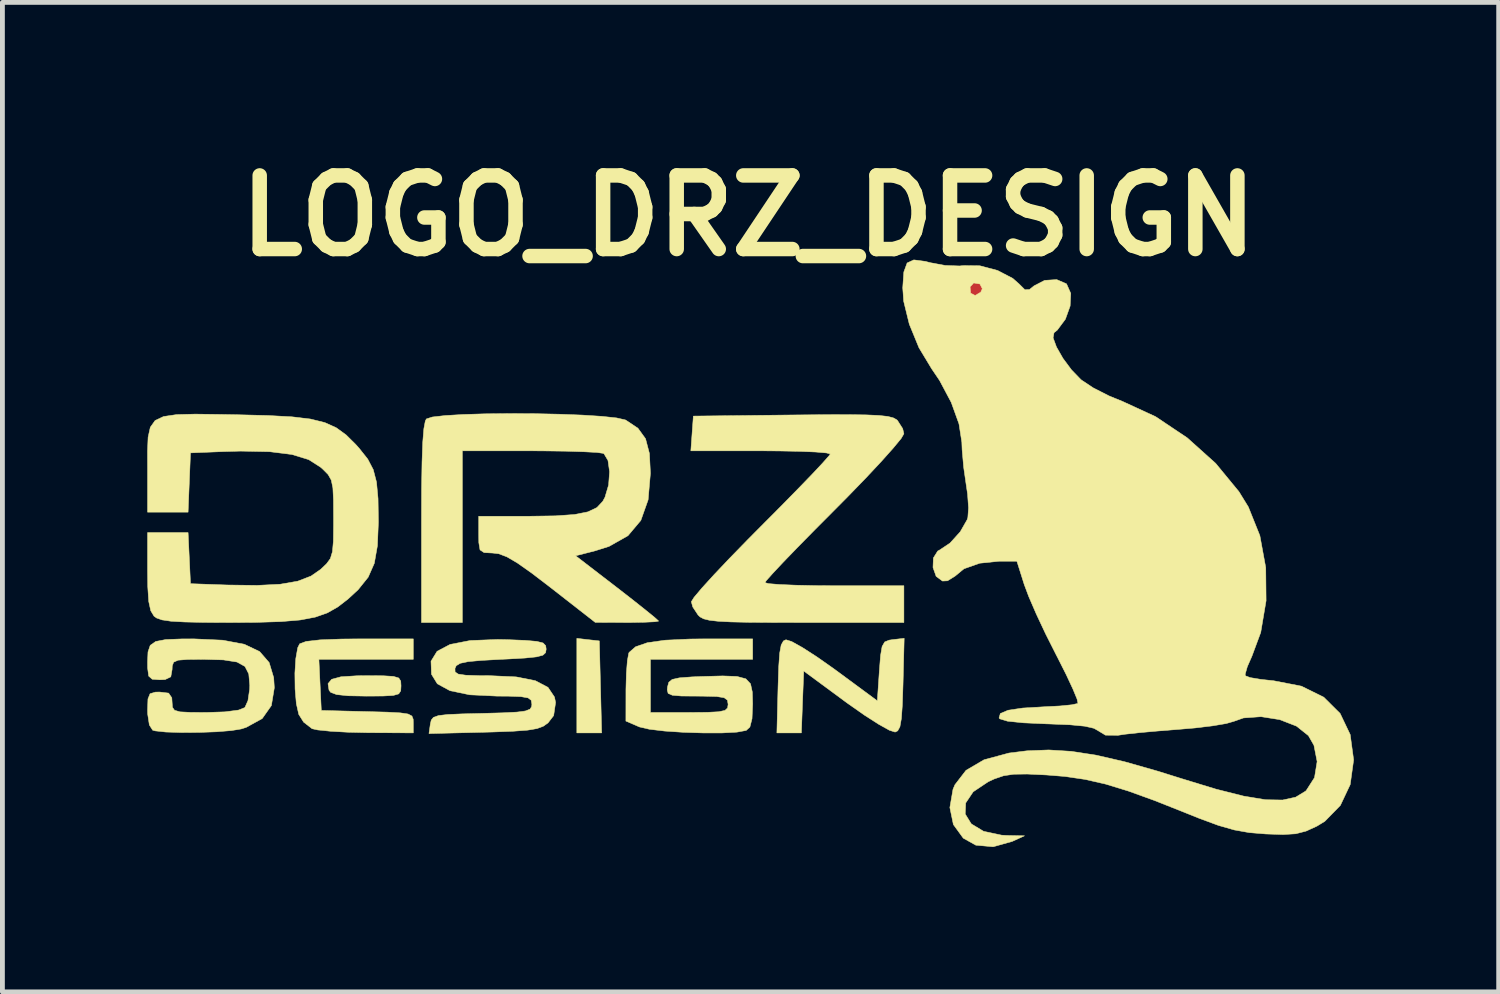
<source format=kicad_pcb>
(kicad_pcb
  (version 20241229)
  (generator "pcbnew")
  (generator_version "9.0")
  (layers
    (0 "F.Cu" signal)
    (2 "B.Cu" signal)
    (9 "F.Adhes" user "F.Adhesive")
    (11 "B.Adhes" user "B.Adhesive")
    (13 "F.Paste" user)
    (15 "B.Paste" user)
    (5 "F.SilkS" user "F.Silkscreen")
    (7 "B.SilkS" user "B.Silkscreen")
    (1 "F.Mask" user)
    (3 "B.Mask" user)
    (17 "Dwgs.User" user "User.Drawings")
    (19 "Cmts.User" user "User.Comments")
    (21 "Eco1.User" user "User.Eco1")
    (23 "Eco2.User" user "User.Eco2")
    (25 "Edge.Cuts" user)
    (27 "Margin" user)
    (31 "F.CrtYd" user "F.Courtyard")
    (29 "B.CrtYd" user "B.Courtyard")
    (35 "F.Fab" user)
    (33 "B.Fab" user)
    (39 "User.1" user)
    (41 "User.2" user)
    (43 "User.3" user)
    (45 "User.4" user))
  (footprint "LOGO_DRZ_DESIGN"
    (layer "F.Cu")
    (at 12.452 8.403)
    (property "Reference" "LOGO_DRZ_DESIGN" (at 0 -6.985 0) (layer "F.SilkS") (effects (font (size 1.524 1.524) (thickness 0.3))))
    (attr through_hole)
    (fp_poly (pts (xy -3.323 1.794) (xy -3.09 1.82) (xy -3.066 2.773) (xy -3.042 3.725) (xy -3.556 3.725) (xy -3.556 1.767) (xy -3.323 1.794)) (stroke (width 0.01) (type solid)) (fill yes) (layer "F.SilkS"))
    (fp_poly (pts (xy -7.564 2.542) (xy -7.353 2.555) (xy -7.244 2.588) (xy -7.203 2.651) (xy -7.197 2.752) (xy -7.203 2.854) (xy -7.245 2.917) (xy -7.356 2.949) (xy -7.57 2.961) (xy -7.919 2.963) (xy -7.919 2.963) (xy -8.295 2.956) (xy -8.531 2.931) (xy -8.655 2.884) (xy -8.688 2.84) (xy -8.709 2.705) (xy -8.634 2.615) (xy -8.442 2.563) (xy -8.111 2.542) (xy -7.911 2.54) (xy -7.564 2.542)) (stroke (width 0.01) (type solid)) (fill yes) (layer "F.SilkS"))
    (fp_poly (pts (xy -6.943 2.201) (xy -8.898 2.201) (xy -8.873 2.731) (xy -8.848 3.26) (xy -7.895 3.284) (xy -7.483 3.295) (xy -7.211 3.31) (xy -7.05 3.334) (xy -6.971 3.376) (xy -6.945 3.442) (xy -6.943 3.516) (xy -6.943 3.725) (xy -7.895 3.72) (xy -8.299 3.711) (xy -8.655 3.691) (xy -8.921 3.664) (xy -9.039 3.638) (xy -9.214 3.502) (xy -9.315 3.341) (xy -9.365 3.119) (xy -9.391 2.817) (xy -9.395 2.488) (xy -9.376 2.185) (xy -9.336 1.96) (xy -9.296 1.88) (xy -9.163 1.831) (xy -8.875 1.798) (xy -8.426 1.781) (xy -8.069 1.778) (xy -6.943 1.778) (xy -6.943 2.201)) (stroke (width 0.01) (type solid)) (fill yes) (layer "F.SilkS"))
    (fp_poly (pts (xy 3.199 2.724) (xy 3.185 3.147) (xy 3.165 3.428) (xy 3.135 3.597) (xy 3.089 3.682) (xy 3.035 3.708) (xy 2.917 3.67) (xy 2.696 3.547) (xy 2.401 3.358) (xy 2.063 3.121) (xy 2.019 3.089) (xy 1.143 2.443) (xy 1.118 3.084) (xy 1.094 3.725) (xy 0.587 3.725) (xy 0.611 2.774) (xy 0.625 2.352) (xy 0.645 2.072) (xy 0.676 1.904) (xy 0.722 1.821) (xy 0.775 1.796) (xy 0.893 1.833) (xy 1.114 1.956) (xy 1.409 2.146) (xy 1.747 2.383) (xy 1.791 2.415) (xy 2.667 3.061) (xy 2.709 2.441) (xy 2.734 2.122) (xy 2.766 1.935) (xy 2.82 1.841) (xy 2.912 1.804) (xy 2.987 1.793) (xy 3.223 1.766) (xy 3.199 2.724)) (stroke (width 0.01) (type solid)) (fill yes) (layer "F.SilkS"))
    (fp_poly (pts (xy 0.085 2.201) (xy -2.032 2.201) (xy -2.032 3.302) (xy -1.228 3.302) (xy -0.854 3.299) (xy -0.618 3.287) (xy -0.488 3.259) (xy -0.434 3.208) (xy -0.423 3.133) (xy -0.438 3.046) (xy -0.506 2.996) (xy -0.662 2.971) (xy -0.941 2.964) (xy -1.064 2.963) (xy -1.389 2.961) (xy -1.578 2.945) (xy -1.665 2.907) (xy -1.684 2.834) (xy -1.678 2.773) (xy -1.652 2.677) (xy -1.582 2.618) (xy -1.434 2.585) (xy -1.171 2.565) (xy -0.974 2.557) (xy -0.536 2.545) (xy -0.239 2.556) (xy -0.056 2.605) (xy 0.041 2.708) (xy 0.078 2.878) (xy 0.085 3.125) (xy 0.072 3.431) (xy 0.028 3.603) (xy -0.049 3.674) (xy -0.24 3.709) (xy -0.552 3.726) (xy -0.936 3.726) (xy -1.347 3.713) (xy -1.736 3.687) (xy -2.055 3.649) (xy -2.258 3.602) (xy -2.265 3.599) (xy -2.54 3.48) (xy -2.539 2.819) (xy -2.53 2.492) (xy -2.509 2.226) (xy -2.48 2.071) (xy -2.473 2.058) (xy -2.339 1.941) (xy -2.096 1.857) (xy -1.727 1.805) (xy -1.217 1.781) (xy -0.926 1.778) (xy 0.085 1.778) (xy 0.085 2.201)) (stroke (width 0.01) (type solid)) (fill yes) (layer "F.SilkS"))
    (fp_poly (pts (xy 2.434 -2.861) (xy 2.702 -2.849) (xy 2.884 -2.829) (xy 2.999 -2.799) (xy 3.069 -2.76) (xy 3.083 -2.747) (xy 3.192 -2.577) (xy 3.217 -2.47) (xy 3.16 -2.372) (xy 2.997 -2.174) (xy 2.747 -1.894) (xy 2.426 -1.551) (xy 2.05 -1.163) (xy 1.778 -0.889) (xy 1.376 -0.485) (xy 1.017 -0.12) (xy 0.718 0.19) (xy 0.496 0.427) (xy 0.366 0.573) (xy 0.339 0.613) (xy 0.419 0.634) (xy 0.641 0.652) (xy 0.977 0.666) (xy 1.4 0.675) (xy 1.778 0.677) (xy 3.217 0.677) (xy 3.217 1.439) (xy 1.156 1.439) (xy 0.508 1.438) (xy 0.009 1.435) (xy -0.364 1.427) (xy -0.63 1.413) (xy -0.812 1.392) (xy -0.929 1.363) (xy -1.004 1.323) (xy -1.045 1.284) (xy -1.155 1.117) (xy -1.185 1.008) (xy -1.128 0.917) (xy -0.966 0.725) (xy -0.716 0.45) (xy -0.395 0.111) (xy -0.019 -0.275) (xy 0.254 -0.55) (xy 0.656 -0.954) (xy 1.015 -1.32) (xy 1.314 -1.629) (xy 1.536 -1.866) (xy 1.666 -2.013) (xy 1.693 -2.052) (xy 1.613 -2.073) (xy 1.391 -2.092) (xy 1.055 -2.106) (xy 0.631 -2.114) (xy 0.249 -2.117) (xy -1.195 -2.117) (xy -1.169 -2.477) (xy -1.143 -2.836) (xy 0.903 -2.859) (xy 1.555 -2.865) (xy 2.059 -2.866) (xy 2.434 -2.861)) (stroke (width 0.01) (type solid)) (fill yes) (layer "F.SilkS"))
    (fp_poly (pts (xy -10.89 1.805) (xy -10.441 1.89) (xy -10.125 2.041) (xy -9.928 2.268) (xy -9.834 2.58) (xy -9.821 2.791) (xy -9.882 3.159) (xy -10.072 3.428) (xy -10.403 3.61) (xy -10.506 3.643) (xy -10.712 3.677) (xy -11.021 3.702) (xy -11.384 3.715) (xy -11.75 3.717) (xy -12.068 3.707) (xy -12.289 3.683) (xy -12.34 3.669) (xy -12.409 3.561) (xy -12.444 3.333) (xy -12.446 3.253) (xy -12.438 3.021) (xy -12.394 2.913) (xy -12.282 2.88) (xy -12.192 2.879) (xy -12.01 2.901) (xy -11.944 2.998) (xy -11.938 3.09) (xy -11.931 3.194) (xy -11.888 3.256) (xy -11.775 3.289) (xy -11.557 3.3) (xy -11.235 3.302) (xy -10.843 3.289) (xy -10.565 3.253) (xy -10.431 3.2) (xy -10.367 3.057) (xy -10.332 2.821) (xy -10.329 2.738) (xy -10.35 2.504) (xy -10.429 2.349) (xy -10.595 2.257) (xy -10.875 2.213) (xy -11.296 2.201) (xy -11.297 2.201) (xy -11.622 2.204) (xy -11.813 2.219) (xy -11.906 2.26) (xy -11.935 2.337) (xy -11.938 2.413) (xy -11.965 2.564) (xy -12.082 2.62) (xy -12.192 2.625) (xy -12.35 2.613) (xy -12.423 2.548) (xy -12.445 2.382) (xy -12.446 2.253) (xy -12.437 2.048) (xy -12.391 1.912) (xy -12.278 1.832) (xy -12.071 1.792) (xy -11.739 1.779) (xy -11.487 1.778) (xy -10.89 1.805)) (stroke (width 0.01) (type solid)) (fill yes) (layer "F.SilkS"))
    (fp_poly (pts (xy -4.995 1.794) (xy -4.621 1.809) (xy -4.385 1.83) (xy -4.255 1.863) (xy -4.201 1.918) (xy -4.191 1.99) (xy -4.203 2.064) (xy -4.26 2.116) (xy -4.39 2.15) (xy -4.623 2.174) (xy -4.987 2.195) (xy -5.121 2.201) (xy -5.536 2.224) (xy -5.81 2.249) (xy -5.973 2.284) (xy -6.054 2.334) (xy -6.08 2.392) (xy -6.077 2.463) (xy -6.013 2.507) (xy -5.858 2.53) (xy -5.582 2.539) (xy -5.361 2.54) (xy -4.813 2.565) (xy -4.415 2.644) (xy -4.154 2.781) (xy -4.019 2.982) (xy -3.996 3.095) (xy -4.036 3.366) (xy -4.153 3.518) (xy -4.249 3.586) (xy -4.379 3.635) (xy -4.575 3.668) (xy -4.867 3.69) (xy -5.287 3.706) (xy -5.476 3.711) (xy -6.618 3.739) (xy -6.59 3.542) (xy -6.571 3.459) (xy -6.525 3.403) (xy -6.421 3.366) (xy -6.233 3.344) (xy -5.929 3.331) (xy -5.524 3.321) (xy -5.09 3.309) (xy -4.797 3.294) (xy -4.618 3.27) (xy -4.525 3.233) (xy -4.491 3.178) (xy -4.487 3.13) (xy -4.501 3.049) (xy -4.565 3) (xy -4.712 2.974) (xy -4.975 2.964) (xy -5.21 2.963) (xy -5.773 2.936) (xy -6.183 2.851) (xy -6.445 2.708) (xy -6.566 2.511) (xy -6.576 2.24) (xy -6.45 2.035) (xy -6.181 1.893) (xy -5.765 1.812) (xy -5.196 1.79) (xy -4.995 1.794)) (stroke (width 0.01) (type solid)) (fill yes) (layer "F.SilkS"))
    (fp_poly (pts (xy -4.434 -2.886) (xy -3.92 -2.875) (xy -3.446 -2.857) (xy -3.039 -2.831) (xy -2.732 -2.798) (xy -2.552 -2.757) (xy -2.541 -2.752) (xy -2.29 -2.584) (xy -2.133 -2.367) (xy -2.053 -2.062) (xy -2.032 -1.653) (xy -2.08 -1.101) (xy -2.231 -0.675) (xy -2.497 -0.359) (xy -2.89 -0.137) (xy -3.181 -0.045) (xy -3.581 0.057) (xy -2.722 0.718) (xy -2.399 0.969) (xy -2.132 1.181) (xy -1.945 1.333) (xy -1.864 1.407) (xy -1.863 1.41) (xy -1.941 1.423) (xy -2.147 1.433) (xy -2.441 1.438) (xy -2.519 1.438) (xy -3.175 1.436) (xy -4.095 0.718) (xy -4.491 0.415) (xy -4.786 0.207) (xy -5.004 0.079) (xy -5.173 0.015) (xy -5.301 0) (xy -5.477 -0.009) (xy -5.561 -0.065) (xy -5.586 -0.216) (xy -5.588 -0.381) (xy -5.588 -0.762) (xy -4.534 -0.762) (xy -3.997 -0.77) (xy -3.603 -0.798) (xy -3.326 -0.853) (xy -3.14 -0.942) (xy -3.019 -1.071) (xy -2.973 -1.156) (xy -2.898 -1.41) (xy -2.878 -1.683) (xy -2.911 -1.917) (xy -2.993 -2.055) (xy -3.013 -2.065) (xy -3.139 -2.083) (xy -3.404 -2.097) (xy -3.774 -2.109) (xy -4.219 -2.115) (xy -4.537 -2.117) (xy -5.927 -2.117) (xy -5.927 1.439) (xy -6.773 1.439) (xy -6.773 -0.618) (xy -6.771 -1.33) (xy -6.762 -1.886) (xy -6.747 -2.296) (xy -6.724 -2.575) (xy -6.694 -2.734) (xy -6.672 -2.777) (xy -6.548 -2.817) (xy -6.285 -2.847) (xy -5.913 -2.869) (xy -5.46 -2.883) (xy -4.957 -2.888) (xy -4.434 -2.886)) (stroke (width 0.01) (type solid)) (fill yes) (layer "F.SilkS"))
    (fp_poly (pts (xy -10.933 -2.87) (xy -10.592 -2.864) (xy -9.953 -2.848) (xy -9.455 -2.821) (xy -9.072 -2.775) (xy -8.776 -2.702) (xy -8.539 -2.595) (xy -8.335 -2.447) (xy -8.135 -2.249) (xy -8.058 -2.162) (xy -7.886 -1.945) (xy -7.772 -1.727) (xy -7.705 -1.469) (xy -7.673 -1.126) (xy -7.666 -0.659) (xy -7.666 -0.635) (xy -7.686 -0.151) (xy -7.75 0.212) (xy -7.877 0.5) (xy -8.085 0.759) (xy -8.294 0.952) (xy -8.506 1.116) (xy -8.722 1.239) (xy -8.972 1.327) (xy -9.282 1.386) (xy -9.683 1.42) (xy -10.201 1.436) (xy -10.735 1.439) (xy -11.281 1.437) (xy -11.681 1.428) (xy -11.962 1.412) (xy -12.146 1.385) (xy -12.26 1.345) (xy -12.313 1.306) (xy -12.38 1.195) (xy -12.422 1.003) (xy -12.442 0.698) (xy -12.446 0.375) (xy -12.446 -0.423) (xy -11.607 -0.423) (xy -11.557 0.635) (xy -10.795 0.662) (xy -10.177 0.67) (xy -9.699 0.646) (xy -9.336 0.583) (xy -9.061 0.477) (xy -8.862 0.339) (xy -8.739 0.222) (xy -8.66 0.114) (xy -8.617 -0.028) (xy -8.598 -0.244) (xy -8.594 -0.574) (xy -8.594 -0.72) (xy -8.596 -1.098) (xy -8.608 -1.348) (xy -8.642 -1.511) (xy -8.707 -1.626) (xy -8.815 -1.735) (xy -8.862 -1.777) (xy -9.11 -1.935) (xy -9.457 -2.041) (xy -9.921 -2.099) (xy -10.52 -2.111) (xy -10.88 -2.101) (xy -11.557 -2.074) (xy -11.582 -1.46) (xy -11.607 -0.847) (xy -12.446 -0.847) (xy -12.446 -1.73) (xy -12.447 -2.111) (xy -12.435 -2.399) (xy -12.389 -2.605) (xy -12.29 -2.744) (xy -12.115 -2.827) (xy -11.845 -2.867) (xy -11.458 -2.877) (xy -10.933 -2.87)) (stroke (width 0.01) (type solid)) (fill yes) (layer "F.SilkS"))
    (fp_poly (pts (xy 3.66 -6.04) (xy 3.763 -6.013) (xy 4.07 -5.956) (xy 4.37 -5.945) (xy 4.448 -5.953) (xy 4.791 -5.949) (xy 5.157 -5.852) (xy 5.472 -5.688) (xy 5.6 -5.575) (xy 5.723 -5.453) (xy 5.818 -5.457) (xy 5.912 -5.533) (xy 6.132 -5.647) (xy 6.381 -5.663) (xy 6.58 -5.578) (xy 6.587 -5.571) (xy 6.673 -5.377) (xy 6.66 -5.116) (xy 6.562 -4.843) (xy 6.394 -4.617) (xy 6.326 -4.562) (xy 6.307 -4.457) (xy 6.377 -4.267) (xy 6.511 -4.032) (xy 6.687 -3.795) (xy 6.88 -3.595) (xy 6.898 -3.58) (xy 7.141 -3.419) (xy 7.468 -3.253) (xy 7.747 -3.139) (xy 8.429 -2.825) (xy 9.085 -2.386) (xy 9.674 -1.857) (xy 10.156 -1.271) (xy 10.351 -0.954) (xy 10.589 -0.361) (xy 10.711 0.303) (xy 10.718 0.988) (xy 10.607 1.645) (xy 10.425 2.135) (xy 10.329 2.354) (xy 10.285 2.509) (xy 10.288 2.542) (xy 10.385 2.579) (xy 10.603 2.616) (xy 10.874 2.645) (xy 11.45 2.757) (xy 11.912 2.985) (xy 12.251 3.322) (xy 12.46 3.76) (xy 12.531 4.284) (xy 12.46 4.795) (xy 12.256 5.227) (xy 11.933 5.557) (xy 11.769 5.657) (xy 11.545 5.759) (xy 11.332 5.814) (xy 11.07 5.83) (xy 10.71 5.818) (xy 10.37 5.79) (xy 10.061 5.735) (xy 9.731 5.641) (xy 9.328 5.492) (xy 9.074 5.39) (xy 8.41 5.126) (xy 7.862 4.928) (xy 7.394 4.785) (xy 6.969 4.688) (xy 6.553 4.627) (xy 6.168 4.596) (xy 5.771 4.577) (xy 5.492 4.581) (xy 5.283 4.612) (xy 5.092 4.677) (xy 4.962 4.737) (xy 4.652 4.945) (xy 4.497 5.176) (xy 4.487 5.405) (xy 4.613 5.609) (xy 4.868 5.763) (xy 5.243 5.843) (xy 5.359 5.849) (xy 5.715 5.856) (xy 5.461 5.972) (xy 5.066 6.083) (xy 4.706 6.05) (xy 4.447 5.905) (xy 4.242 5.623) (xy 4.169 5.271) (xy 4.234 4.894) (xy 4.274 4.799) (xy 4.504 4.5) (xy 4.876 4.282) (xy 5.393 4.142) (xy 5.765 4.096) (xy 6.217 4.078) (xy 6.685 4.107) (xy 7.198 4.186) (xy 7.788 4.322) (xy 8.483 4.52) (xy 8.975 4.674) (xy 9.682 4.89) (xy 10.254 5.034) (xy 10.707 5.109) (xy 11.06 5.115) (xy 11.33 5.056) (xy 11.534 4.932) (xy 11.55 4.917) (xy 11.721 4.65) (xy 11.775 4.318) (xy 11.709 3.982) (xy 11.595 3.782) (xy 11.348 3.585) (xy 11 3.45) (xy 10.614 3.389) (xy 10.25 3.415) (xy 10.049 3.486) (xy 9.892 3.531) (xy 9.609 3.579) (xy 9.241 3.623) (xy 8.89 3.653) (xy 8.474 3.686) (xy 8.095 3.72) (xy 7.801 3.752) (xy 7.655 3.774) (xy 7.392 3.772) (xy 7.262 3.693) (xy 7.154 3.63) (xy 6.962 3.586) (xy 6.658 3.557) (xy 6.214 3.539) (xy 6.175 3.538) (xy 5.687 3.516) (xy 5.362 3.482) (xy 5.204 3.434) (xy 5.188 3.415) (xy 5.215 3.323) (xy 5.376 3.255) (xy 5.68 3.21) (xy 6.14 3.183) (xy 6.452 3.167) (xy 6.692 3.143) (xy 6.816 3.116) (xy 6.822 3.113) (xy 6.803 3.023) (xy 6.717 2.815) (xy 6.578 2.517) (xy 6.397 2.158) (xy 6.366 2.098) (xy 6.155 1.68) (xy 5.96 1.265) (xy 5.803 0.902) (xy 5.709 0.651) (xy 5.557 0.169) (xy 5.197 0.169) (xy 4.787 0.211) (xy 4.461 0.326) (xy 4.277 0.478) (xy 4.121 0.575) (xy 4.016 0.58) (xy 3.885 0.483) (xy 3.82 0.299) (xy 3.828 0.101) (xy 3.917 -0.041) (xy 3.951 -0.059) (xy 4.172 -0.206) (xy 4.384 -0.44) (xy 4.527 -0.69) (xy 4.542 -0.739) (xy 4.556 -0.934) (xy 4.536 -1.219) (xy 4.506 -1.423) (xy 4.455 -1.777) (xy 4.423 -2.138) (xy 4.417 -2.296) (xy 4.358 -2.675) (xy 4.198 -3.119) (xy 3.956 -3.574) (xy 3.791 -3.818) (xy 3.529 -4.252) (xy 3.329 -4.74) (xy 3.212 -5.217) (xy 3.201 -5.383) (xy 4.599 -5.383) (xy 4.692 -5.334) (xy 4.809 -5.402) (xy 4.841 -5.474) (xy 4.791 -5.572) (xy 4.664 -5.593) (xy 4.588 -5.511) (xy 4.599 -5.383) (xy 3.201 -5.383) (xy 3.193 -5.492) (xy 3.216 -5.821) (xy 3.284 -6.007) (xy 3.423 -6.071) (xy 3.66 -6.04)) (stroke (width 0.01) (type solid)) (fill yes) (layer "F.SilkS"))
    (pad "1" smd circle (at 4.725 -5.451) (size 0.3 0.3) (layers "F.Cu" "F.Mask" "F.Paste")))
  (gr_rect
    (start -3 -3)
    (end 27.987 17.491)
    (stroke (width 0.1) (type default))
    (fill no)
    (layer "Edge.Cuts")))
</source>
